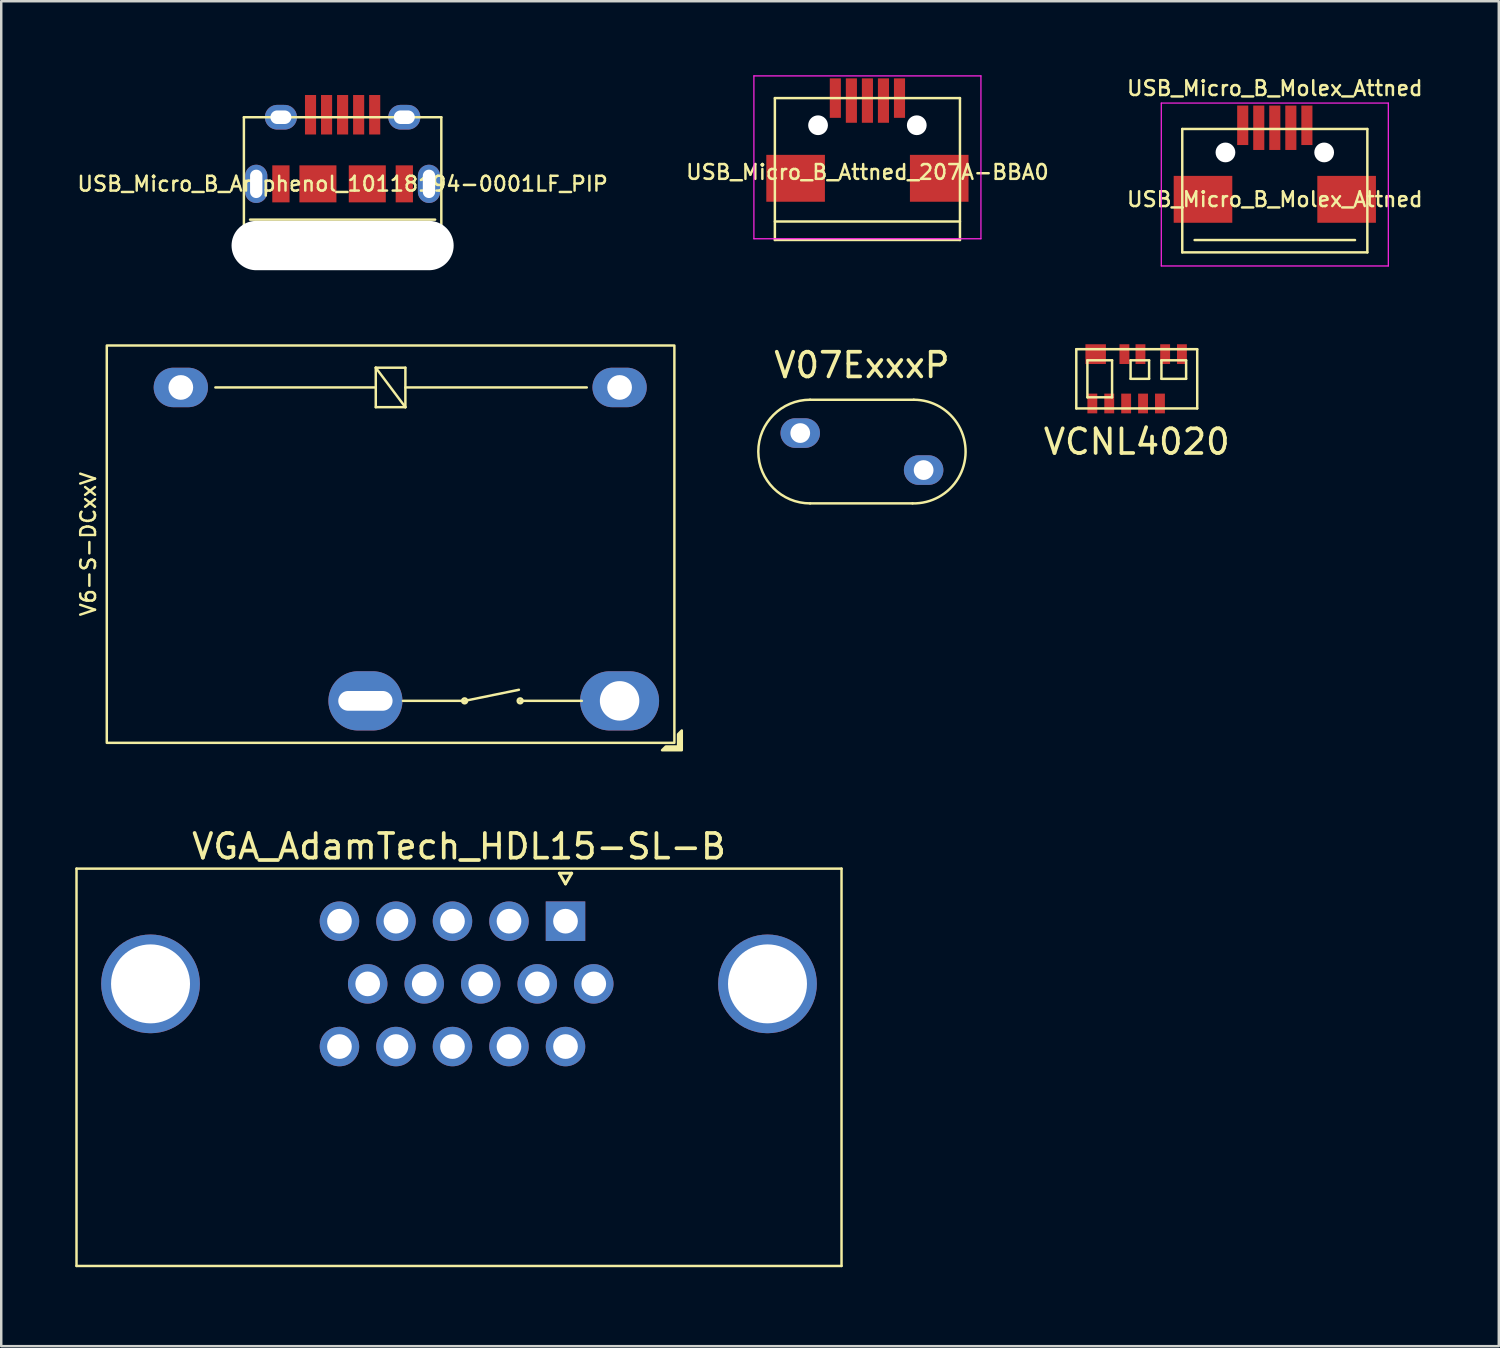
<source format=kicad_pcb>
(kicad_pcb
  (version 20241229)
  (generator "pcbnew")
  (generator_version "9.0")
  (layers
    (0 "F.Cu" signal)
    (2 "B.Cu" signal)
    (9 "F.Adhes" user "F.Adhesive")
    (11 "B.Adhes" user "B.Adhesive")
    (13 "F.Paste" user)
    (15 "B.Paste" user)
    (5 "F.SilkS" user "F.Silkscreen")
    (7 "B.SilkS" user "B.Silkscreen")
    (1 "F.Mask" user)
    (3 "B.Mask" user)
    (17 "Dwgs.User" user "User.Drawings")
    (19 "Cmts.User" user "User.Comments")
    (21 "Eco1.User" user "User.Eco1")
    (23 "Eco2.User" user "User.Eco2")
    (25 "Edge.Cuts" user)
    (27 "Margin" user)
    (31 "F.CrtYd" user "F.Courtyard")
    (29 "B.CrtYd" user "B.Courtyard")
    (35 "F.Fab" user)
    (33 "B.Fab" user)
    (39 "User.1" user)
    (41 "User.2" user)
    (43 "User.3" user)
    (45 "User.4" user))
  (footprint "VCNL4020"
    (layer "F.Cu")
    (at 43.013 12.3)
    (property "Reference" "VCNL4020" (at 0 2.55 0) (layer "F.SilkS") (effects (font (size 1 1) (thickness 0.15))))
    (attr smd)
    (fp_line (start -2.45 -1.2) (end 2.45 -1.2) (stroke (width 0.1) (type solid)) (layer "F.SilkS"))
    (fp_line (start -2.45 1.2) (end -2.45 -1.2) (stroke (width 0.1) (type solid)) (layer "F.SilkS"))
    (fp_line (start -2 -0.75) (end -2 0.75) (stroke (width 0.1) (type solid)) (layer "F.SilkS"))
    (fp_line (start -2 0.75) (end -1 0.75) (stroke (width 0.1) (type solid)) (layer "F.SilkS"))
    (fp_line (start -1 -0.75) (end -2 -0.75) (stroke (width 0.1) (type solid)) (layer "F.SilkS"))
    (fp_line (start -1 0.75) (end -1 -0.75) (stroke (width 0.1) (type solid)) (layer "F.SilkS"))
    (fp_line (start -0.25 -0.75) (end -0.25 0) (stroke (width 0.1) (type solid)) (layer "F.SilkS"))
    (fp_line (start -0.25 0) (end 0.5 0) (stroke (width 0.1) (type solid)) (layer "F.SilkS"))
    (fp_line (start 0.5 -0.75) (end -0.25 -0.75) (stroke (width 0.1) (type solid)) (layer "F.SilkS"))
    (fp_line (start 0.5 0) (end 0.5 -0.75) (stroke (width 0.1) (type solid)) (layer "F.SilkS"))
    (fp_line (start 1 -0.75) (end 2 -0.75) (stroke (width 0.1) (type solid)) (layer "F.SilkS"))
    (fp_line (start 1 0) (end 1 -0.75) (stroke (width 0.1) (type solid)) (layer "F.SilkS"))
    (fp_line (start 2 -0.75) (end 2 0) (stroke (width 0.1) (type solid)) (layer "F.SilkS"))
    (fp_line (start 2 0) (end 1 0) (stroke (width 0.1) (type solid)) (layer "F.SilkS"))
    (fp_line (start 2.45 -1.2) (end 2.45 1.2) (stroke (width 0.1) (type solid)) (layer "F.SilkS"))
    (fp_line (start 2.45 1.2) (end -2.45 1.2) (stroke (width 0.1) (type solid)) (layer "F.SilkS"))
    (pad "1" smd rect (at -1.8 1) (size 0.4 0.8) (layers "F.Cu" "F.Mask" "F.Paste"))
    (pad "2" smd rect (at -1.115 1) (size 0.4 0.8) (layers "F.Cu" "F.Mask" "F.Paste"))
    (pad "3" smd rect (at -0.43 1) (size 0.4 0.8) (layers "F.Cu" "F.Mask" "F.Paste"))
    (pad "4" smd rect (at 0.255 1) (size 0.4 0.8) (layers "F.Cu" "F.Mask" "F.Paste"))
    (pad "5" smd rect (at 0.94 1) (size 0.4 0.8) (layers "F.Cu" "F.Mask" "F.Paste"))
    (pad "6" smd rect (at 1.83 -1) (size 0.4 0.8) (layers "F.Cu" "F.Mask" "F.Paste"))
    (pad "7" smd rect (at 1.15 -1) (size 0.4 0.8) (layers "F.Cu" "F.Mask" "F.Paste"))
    (pad "8" smd rect (at 0.15 -1) (size 0.4 0.8) (layers "F.Cu" "F.Mask" "F.Paste"))
    (pad "9" smd rect (at -0.5 -1) (size 0.4 0.8) (layers "F.Cu" "F.Mask" "F.Paste"))
    (pad "10" smd rect (at -1.665 -1) (size 0.83 0.8) (layers "F.Cu" "F.Mask" "F.Paste")))
  (footprint "USB_Micro_B_Molex_Attned"
    (layer "F.Cu")
    (at 48.607 5.027)
    (property "Reference" "USB_Micro_B_Molex_Attned" (at 0 -4.5 180) (layer "F.SilkS") (effects (font (size 0.6 0.6) (thickness 0.1))))
    (attr smd)
    (fp_line (start -3.75 -2.85) (end 3.75 -2.85) (stroke (width 0.1) (type solid)) (layer "F.SilkS"))
    (fp_line (start -3.75 2.15) (end -3.75 -2.85) (stroke (width 0.1) (type solid)) (layer "F.SilkS"))
    (fp_line (start -3.25 1.65) (end 3.25 1.65) (stroke (width 0.1) (type solid)) (layer "F.SilkS"))
    (fp_line (start 3.75 -2.85) (end 3.75 2.15) (stroke (width 0.1) (type solid)) (layer "F.SilkS"))
    (fp_line (start 3.75 2.15) (end -3.75 2.15) (stroke (width 0.1) (type solid)) (layer "F.SilkS"))
    (fp_line (start -4.6 -3.9) (end 4.6 -3.9) (stroke (width 0.05) (type solid)) (layer "F.CrtYd"))
    (fp_line (start -4.6 2.7) (end -4.6 -3.9) (stroke (width 0.05) (type solid)) (layer "F.CrtYd"))
    (fp_line (start 4.6 -3.9) (end 4.6 2.7) (stroke (width 0.05) (type solid)) (layer "F.CrtYd"))
    (fp_line (start 4.6 2.7) (end -4.6 2.7) (stroke (width 0.05) (type solid)) (layer "F.CrtYd"))
    (fp_text user "${REFERENCE}" (at 0 0 0) (layer "F.SilkS") (effects (font (size 0.6 0.6) (thickness 0.1))))
    (pad "" np_thru_hole circle (at -2 -1.9) (size 0.8 0.8) (drill 0.8) (layers "*.Cu" "*.Mask"))
    (pad "" np_thru_hole circle (at 2 -1.9) (size 0.8 0.8) (drill 0.8) (layers "*.Cu" "*.Mask"))
    (pad "1" smd rect (at -1.3 -3) (size 0.45 1.6) (layers "F.Cu" "F.Mask" "F.Paste"))
    (pad "2" smd rect (at -0.65 -2.9) (size 0.45 1.8) (layers "F.Cu" "F.Mask" "F.Paste"))
    (pad "3" smd rect (at 0 -2.9) (size 0.45 1.8) (layers "F.Cu" "F.Mask" "F.Paste"))
    (pad "4" smd rect (at 0.65 -2.9) (size 0.45 1.8) (layers "F.Cu" "F.Mask" "F.Paste"))
    (pad "5" smd rect (at 1.3 -3) (size 0.45 1.6) (layers "F.Cu" "F.Mask" "F.Paste"))
    (pad "6" smd rect (at -2.91 0) (size 2.375 1.9) (layers "F.Cu" "F.Mask" "F.Paste"))
    (pad "6" smd rect (at 2.91 0) (size 2.375 1.9) (layers "F.Cu" "F.Mask" "F.Paste")))
  (footprint "USB_Micro_B_Attned_207A-BBA0"
    (layer "F.Cu")
    (at 32.099 3.925)
    (property "Reference" "USB_Micro_B_Attned_207A-BBA0" (at 0 0 180) (layer "F.SilkS") (effects (font (size 0.6 0.6) (thickness 0.1))))
    (attr smd)
    (fp_line (start -3.75 -3) (end 3.75 -3) (stroke (width 0.1) (type solid)) (layer "F.SilkS"))
    (fp_line (start -3.75 2.75) (end -3.75 -3) (stroke (width 0.1) (type solid)) (layer "F.SilkS"))
    (fp_line (start 3.75 -3) (end 3.75 2.75) (stroke (width 0.1) (type solid)) (layer "F.SilkS"))
    (fp_line (start 3.75 2) (end -3.75 2) (stroke (width 0.1) (type solid)) (layer "F.SilkS"))
    (fp_line (start 3.75 2.75) (end -3.75 2.75) (stroke (width 0.1) (type solid)) (layer "F.SilkS"))
    (fp_line (start -4.6 -3.9) (end 4.6 -3.9) (stroke (width 0.05) (type solid)) (layer "F.CrtYd"))
    (fp_line (start -4.6 2.7) (end -4.6 -3.9) (stroke (width 0.05) (type solid)) (layer "F.CrtYd"))
    (fp_line (start 4.6 -3.9) (end 4.6 2.7) (stroke (width 0.05) (type solid)) (layer "F.CrtYd"))
    (fp_line (start 4.6 2.7) (end -4.6 2.7) (stroke (width 0.05) (type solid)) (layer "F.CrtYd"))
    (pad "" np_thru_hole circle (at -2 -1.9) (size 0.8 0.8) (drill 0.8) (layers "*.Cu" "*.Mask"))
    (pad "" np_thru_hole circle (at 2 -1.9) (size 0.8 0.8) (drill 0.8) (layers "*.Cu" "*.Mask"))
    (pad "1" smd rect (at -1.3 -3) (size 0.45 1.6) (layers "F.Cu" "F.Mask" "F.Paste"))
    (pad "2" smd rect (at -0.65 -2.9) (size 0.45 1.8) (layers "F.Cu" "F.Mask" "F.Paste"))
    (pad "3" smd rect (at 0 -2.9) (size 0.45 1.8) (layers "F.Cu" "F.Mask" "F.Paste"))
    (pad "4" smd rect (at 0.65 -2.9) (size 0.45 1.8) (layers "F.Cu" "F.Mask" "F.Paste"))
    (pad "5" smd rect (at 1.3 -3) (size 0.45 1.6) (layers "F.Cu" "F.Mask" "F.Paste"))
    (pad "6" smd rect (at -2.91 0.25) (size 2.375 1.9) (layers "F.Cu" "F.Mask" "F.Paste"))
    (pad "6" smd rect (at 2.91 0.25) (size 2.375 1.9) (layers "F.Cu" "F.Mask" "F.Paste")))
  (footprint "USB_Micro_B_Amphenol_10118194-0001LF_PIP"
    (layer "F.Cu")
    (at 10.833 4.4)
    (property "Reference" "USB_Micro_B_Amphenol_10118194-0001LF_PIP" (at 0 0 180) (layer "F.SilkS") (effects (font (size 0.6 0.6) (thickness 0.1))))
    (attr smd)
    (fp_line (start -4 -2.7) (end -4 2.1) (stroke (width 0.1) (type solid)) (layer "F.SilkS"))
    (fp_line (start -4 -2.7) (end 4 -2.7) (stroke (width 0.1) (type solid)) (layer "F.SilkS"))
    (fp_line (start -4 2.1) (end 4 2.1) (stroke (width 0.1) (type solid)) (layer "F.SilkS"))
    (fp_line (start 3.75 1.45) (end -3.75 1.45) (stroke (width 0.1) (type solid)) (layer "F.SilkS"))
    (fp_line (start 4 -2.7) (end 4 2.1) (stroke (width 0.1) (type solid)) (layer "F.SilkS"))
    (pad "" smd roundrect (at -4 0) (size 1.9 1.55) (layers "F.Paste") (roundrect_rratio 0.29))
    (pad "" smd roundrect (at -4 0) (size 2.1 1.75) (layers "F.Mask") (roundrect_rratio 0.314))
    (pad "" smd roundrect (at -2.5 -3.2) (size 1.3 2) (layers "F.Paste") (roundrect_rratio 0.385))
    (pad "" smd roundrect (at -2.5 -3.2) (size 1.5 2.2) (layers "F.Mask") (roundrect_rratio 0.4))
    (pad "" np_thru_hole oval (at 0 2.5) (size 9 2) (drill oval 9 2) (layers "*.Cu" "*.Mask"))
    (pad "" smd roundrect (at 2.5 -3.2) (size 1.3 2) (layers "F.Paste") (roundrect_rratio 0.385))
    (pad "" smd roundrect (at 2.5 -3.2) (size 1.5 2.2) (layers "F.Mask") (roundrect_rratio 0.4))
    (pad "" smd roundrect (at 4 0) (size 1.9 1.55) (layers "F.Paste") (roundrect_rratio 0.29))
    (pad "" smd roundrect (at 4 0) (size 2.1 1.75) (layers "F.Mask") (roundrect_rratio 0.314))
    (pad "1" smd rect (at -1.3 -2.8) (size 0.45 1.6) (layers "F.Cu" "F.Mask" "F.Paste"))
    (pad "2" smd rect (at -0.65 -2.8) (size 0.45 1.6) (layers "F.Cu" "F.Mask" "F.Paste"))
    (pad "3" smd rect (at 0 -2.8) (size 0.45 1.6) (layers "F.Cu" "F.Mask" "F.Paste"))
    (pad "4" smd rect (at 0.65 -2.8) (size 0.45 1.6) (layers "F.Cu" "F.Mask" "F.Paste"))
    (pad "5" smd rect (at 1.3 -2.8) (size 0.45 1.6) (layers "F.Cu" "F.Mask" "F.Paste"))
    (pad "6" thru_hole oval (at -3.5 0) (size 0.9 1.55) (drill oval 0.5 1.15) (layers "*.Cu" "*.Mask" "F.Paste"))
    (pad "6" thru_hole oval (at -2.5 -2.7) (size 1.3 1) (drill oval 0.85 0.55) (layers "*.Cu" "*.Mask" "F.Paste"))
    (pad "6" smd rect (at -2.5 0) (size 0.7 1.5) (layers "F.Cu" "F.Mask" "F.Paste"))
    (pad "6" smd rect (at -1 0) (size 1.5 1.5) (layers "F.Cu" "F.Mask" "F.Paste"))
    (pad "6" smd rect (at 1 0) (size 1.5 1.5) (layers "F.Cu" "F.Mask" "F.Paste"))
    (pad "6" thru_hole oval (at 2.5 -2.7) (size 1.3 1) (drill oval 0.85 0.55) (layers "*.Cu" "*.Mask" "F.Paste"))
    (pad "6" smd rect (at 2.5 0) (size 0.7 1.5) (layers "F.Cu" "F.Mask" "F.Paste"))
    (pad "6" thru_hole oval (at 3.5 0) (size 0.9 1.55) (drill oval 0.5 1.15) (layers "*.Cu" "*.Mask" "F.Paste"))
    (zone (net_name "") (layer "F.Cu") (hatch edge 0.5) (connect_pads) (min_thickness 0.25) (filled_areas_thickness no) (keepout (tracks allowed) (vias allowed) (pads allowed) (copperpour not_allowed) (footprints allowed)) (placement (enabled no)) (fill) (polygon (pts (xy 7.533 2) (xy 7.533 0.5) (xy 7.633 0.3) (xy 7.833 0.1) (xy 8.133 0) (xy 8.533 0) (xy 8.833 0.1) (xy 9.033 0.3) (xy 9.133 0.5) (xy 9.133 2) (xy 8.933 2.3) (xy 8.633 2.4) (xy 8.033 2.4) (xy 7.733 2.3))))
    (zone (net_name "") (layer "F.Cu") (hatch edge 0.5) (connect_pads) (min_thickness 0.25) (filled_areas_thickness no) (keepout (tracks allowed) (vias allowed) (pads allowed) (copperpour not_allowed) (footprints allowed)) (placement (enabled no)) (fill) (polygon (pts (xy 7.633 5.3) (xy 6.133 5.3) (xy 5.933 5.2) (xy 5.833 5.1) (xy 5.733 4.9) (xy 5.733 3.9) (xy 5.833 3.7) (xy 5.948 3.6) (xy 6.133 3.5) (xy 7.633 3.5) (xy 7.833 3.6) (xy 7.933 3.9) (xy 7.933 5) (xy 7.833 5.2))))
    (zone (net_name "") (layer "F.Cu") (hatch edge 0.5) (connect_pads) (min_thickness 0.25) (filled_areas_thickness no) (keepout (tracks allowed) (vias allowed) (pads allowed) (copperpour not_allowed) (footprints allowed)) (placement (enabled no)) (fill) (polygon (pts (xy 12.533 2) (xy 12.533 0.5) (xy 12.633 0.3) (xy 12.833 0.1) (xy 13.133 0) (xy 13.533 0) (xy 13.833 0.1) (xy 14.033 0.3) (xy 14.133 0.5) (xy 14.133 2) (xy 13.933 2.3) (xy 13.633 2.4) (xy 13.033 2.4) (xy 12.733 2.3))))
    (zone (net_name "") (layer "F.Cu") (hatch edge 0.5) (connect_pads) (min_thickness 0.25) (filled_areas_thickness no) (keepout (tracks allowed) (vias allowed) (pads allowed) (copperpour not_allowed) (footprints allowed)) (placement (enabled no)) (fill) (polygon (pts (xy 14.033 3.5) (xy 15.533 3.5) (xy 15.733 3.6) (xy 15.833 3.7) (xy 15.933 3.9) (xy 15.933 4.9) (xy 15.833 5.1) (xy 15.717 5.2) (xy 15.533 5.3) (xy 14.033 5.3) (xy 13.833 5.2) (xy 13.733 4.9) (xy 13.733 3.8) (xy 13.833 3.6)))))
  (footprint "VGA_AdamTech_HDL15-SL-B"
    (layer "F.Cu")
    (at 15.55 48.248)
    (property "Reference" "VGA_AdamTech_HDL15-SL-B" (at 0 -17 180) (layer "F.SilkS") (effects (font (size 1 1) (thickness 0.15))))
    (attr through_hole)
    (fp_line (start -15.5 -16.1) (end 15.5 -16.1) (stroke (width 0.1) (type solid)) (layer "F.SilkS"))
    (fp_line (start -15.5 0) (end -15.5 -16.1) (stroke (width 0.1) (type solid)) (layer "F.SilkS"))
    (fp_line (start -15.5 0) (end 15.5 0) (stroke (width 0.1) (type solid)) (layer "F.SilkS"))
    (fp_line (start 4.065 -15.914) (end 4.565 -15.914) (stroke (width 0.12) (type solid)) (layer "F.SilkS"))
    (fp_line (start 4.315 -15.481) (end 4.065 -15.914) (stroke (width 0.12) (type solid)) (layer "F.SilkS"))
    (fp_line (start 4.565 -15.914) (end 4.315 -15.481) (stroke (width 0.12) (type solid)) (layer "F.SilkS"))
    (fp_line (start 15.5 -16.1) (end 15.5 0) (stroke (width 0.1) (type solid)) (layer "F.SilkS"))
    (pad "0" thru_hole circle (at -12.5 -11.43) (size 4 4) (drill 3.2) (layers "*.Cu" "*.Mask"))
    (pad "0" thru_hole circle (at 12.5 -11.43) (size 4 4) (drill 3.2) (layers "*.Cu" "*.Mask"))
    (pad "1" thru_hole rect (at 4.315 -13.97) (size 1.6 1.6) (drill 1) (layers "*.Cu" "*.Mask"))
    (pad "2" thru_hole circle (at 2.025 -13.97) (size 1.6 1.6) (drill 1) (layers "*.Cu" "*.Mask"))
    (pad "3" thru_hole circle (at -0.265 -13.97) (size 1.6 1.6) (drill 1) (layers "*.Cu" "*.Mask"))
    (pad "4" thru_hole circle (at -2.555 -13.97) (size 1.6 1.6) (drill 1) (layers "*.Cu" "*.Mask"))
    (pad "5" thru_hole circle (at -4.845 -13.97) (size 1.6 1.6) (drill 1) (layers "*.Cu" "*.Mask"))
    (pad "6" thru_hole circle (at 5.46 -11.43) (size 1.6 1.6) (drill 1) (layers "*.Cu" "*.Mask"))
    (pad "7" thru_hole circle (at 3.17 -11.43) (size 1.6 1.6) (drill 1) (layers "*.Cu" "*.Mask"))
    (pad "8" thru_hole circle (at 0.88 -11.43) (size 1.6 1.6) (drill 1) (layers "*.Cu" "*.Mask"))
    (pad "9" thru_hole circle (at -1.41 -11.43) (size 1.6 1.6) (drill 1) (layers "*.Cu" "*.Mask"))
    (pad "10" thru_hole circle (at -3.7 -11.43) (size 1.6 1.6) (drill 1) (layers "*.Cu" "*.Mask"))
    (pad "11" thru_hole circle (at 4.315 -8.89) (size 1.6 1.6) (drill 1) (layers "*.Cu" "*.Mask"))
    (pad "12" thru_hole circle (at 2.025 -8.89) (size 1.6 1.6) (drill 1) (layers "*.Cu" "*.Mask"))
    (pad "13" thru_hole circle (at -0.265 -8.89) (size 1.6 1.6) (drill 1) (layers "*.Cu" "*.Mask"))
    (pad "14" thru_hole circle (at -2.555 -8.89) (size 1.6 1.6) (drill 1) (layers "*.Cu" "*.Mask"))
    (pad "15" thru_hole circle (at -4.845 -8.89) (size 1.6 1.6) (drill 1) (layers "*.Cu" "*.Mask")))
  (footprint "V6-S-DCxxV"
    (layer "F.Cu")
    (at 12.777 19)
    (property "Reference" "V6-S-DCxxV" (at -12.25 0 90) (layer "F.SilkS") (effects (font (size 0.6 0.6) (thickness 0.1))))
    (attr through_hole)
    (fp_line (start -7.1 -6.35) (end -0.6 -6.35) (stroke (width 0.1) (type solid)) (layer "F.SilkS"))
    (fp_line (start -0.6 -7.15) (end -0.6 -5.55) (stroke (width 0.1) (type solid)) (layer "F.SilkS"))
    (fp_line (start -0.6 -5.55) (end 0.6 -5.55) (stroke (width 0.1) (type solid)) (layer "F.SilkS"))
    (fp_line (start 0.5 6.35) (end 3 6.35) (stroke (width 0.1) (type solid)) (layer "F.SilkS"))
    (fp_line (start 0.6 -7.15) (end -0.6 -7.15) (stroke (width 0.1) (type solid)) (layer "F.SilkS"))
    (fp_line (start 0.6 -6.35) (end 7.95 -6.35) (stroke (width 0.1) (type solid)) (layer "F.SilkS"))
    (fp_line (start 0.6 -5.55) (end -0.6 -7.15) (stroke (width 0.1) (type solid)) (layer "F.SilkS"))
    (fp_line (start 0.6 -5.55) (end 0.6 -7.15) (stroke (width 0.1) (type solid)) (layer "F.SilkS"))
    (fp_line (start 3 6.35) (end 5.2 5.9) (stroke (width 0.1) (type solid)) (layer "F.SilkS"))
    (fp_line (start 5.25 6.35) (end 7.75 6.35) (stroke (width 0.1) (type solid)) (layer "F.SilkS"))
    (fp_rect (start -11.5 -8.05) (end 11.5 8.05) (stroke (width 0.1) (type solid)) (fill no) (layer "F.SilkS"))
    (fp_circle (center 3 6.35) (end 3.1 6.35) (stroke (width 0.1) (type solid)) (fill no) (layer "F.SilkS"))
    (fp_circle (center 5.25 6.35) (end 5.35 6.35) (stroke (width 0.1) (type solid)) (fill no) (layer "F.SilkS"))
    (fp_poly (pts (xy 11.8 8.35) (xy 11 8.35) (xy 11.15 8.2) (xy 11.65 8.2) (xy 11.65 7.7) (xy 11.8 7.55)) (stroke (width 0.1) (type solid)) (fill yes) (layer "F.SilkS"))
    (pad "1" thru_hole oval (at -8.5 -6.35) (size 2.2 1.6) (drill 1) (layers "*.Cu" "*.Mask"))
    (pad "2" thru_hole oval (at 9.28 -6.35) (size 2.2 1.6) (drill 1) (layers "*.Cu" "*.Mask"))
    (pad "3" thru_hole oval (at 9.28 6.35) (size 3.2 2.4) (drill 1.6) (layers "*.Cu" "*.Mask"))
    (pad "4" thru_hole oval (at -1.02 6.35) (size 3 2.4) (drill oval 2.2 0.8) (layers "*.Cu" "*.Mask")))
  (footprint "V07ExxxP"
    (layer "F.Cu")
    (at 31.877 15.248)
    (property "Reference" "V07ExxxP" (at 0 -3.5 0) (layer "F.SilkS") (effects (font (size 1 1) (thickness 0.15))))
    (attr through_hole)
    (fp_line (start -2.1 -2.1) (end 2.1 -2.1) (stroke (width 0.1) (type solid)) (layer "F.SilkS"))
    (fp_line (start 2.05 2.1) (end -2.1 2.1) (stroke (width 0.1) (type solid)) (layer "F.SilkS"))
    (fp_arc (start -2.1 2.1) (mid -4.2 0) (end -2.1 -2.1) (stroke (width 0.1) (type solid)) (layer "F.SilkS"))
    (fp_arc (start 2.1 -2.1) (mid 4.199851 0.024995) (end 2.05 2.1) (stroke (width 0.1) (type solid)) (layer "F.SilkS"))
    (pad "1" thru_hole oval (at -2.5 -0.75) (size 1.6 1.2) (drill 0.8) (layers "*.Cu" "*.Mask"))
    (pad "2" thru_hole oval (at 2.5 0.75) (size 1.6 1.2) (drill 0.8) (layers "*.Cu" "*.Mask")))
  (gr_rect
    (start -3 -3)
    (end 57.683 51.498)
    (stroke (width 0.1) (type default))
    (fill no)
    (layer "Edge.Cuts")))
</source>
